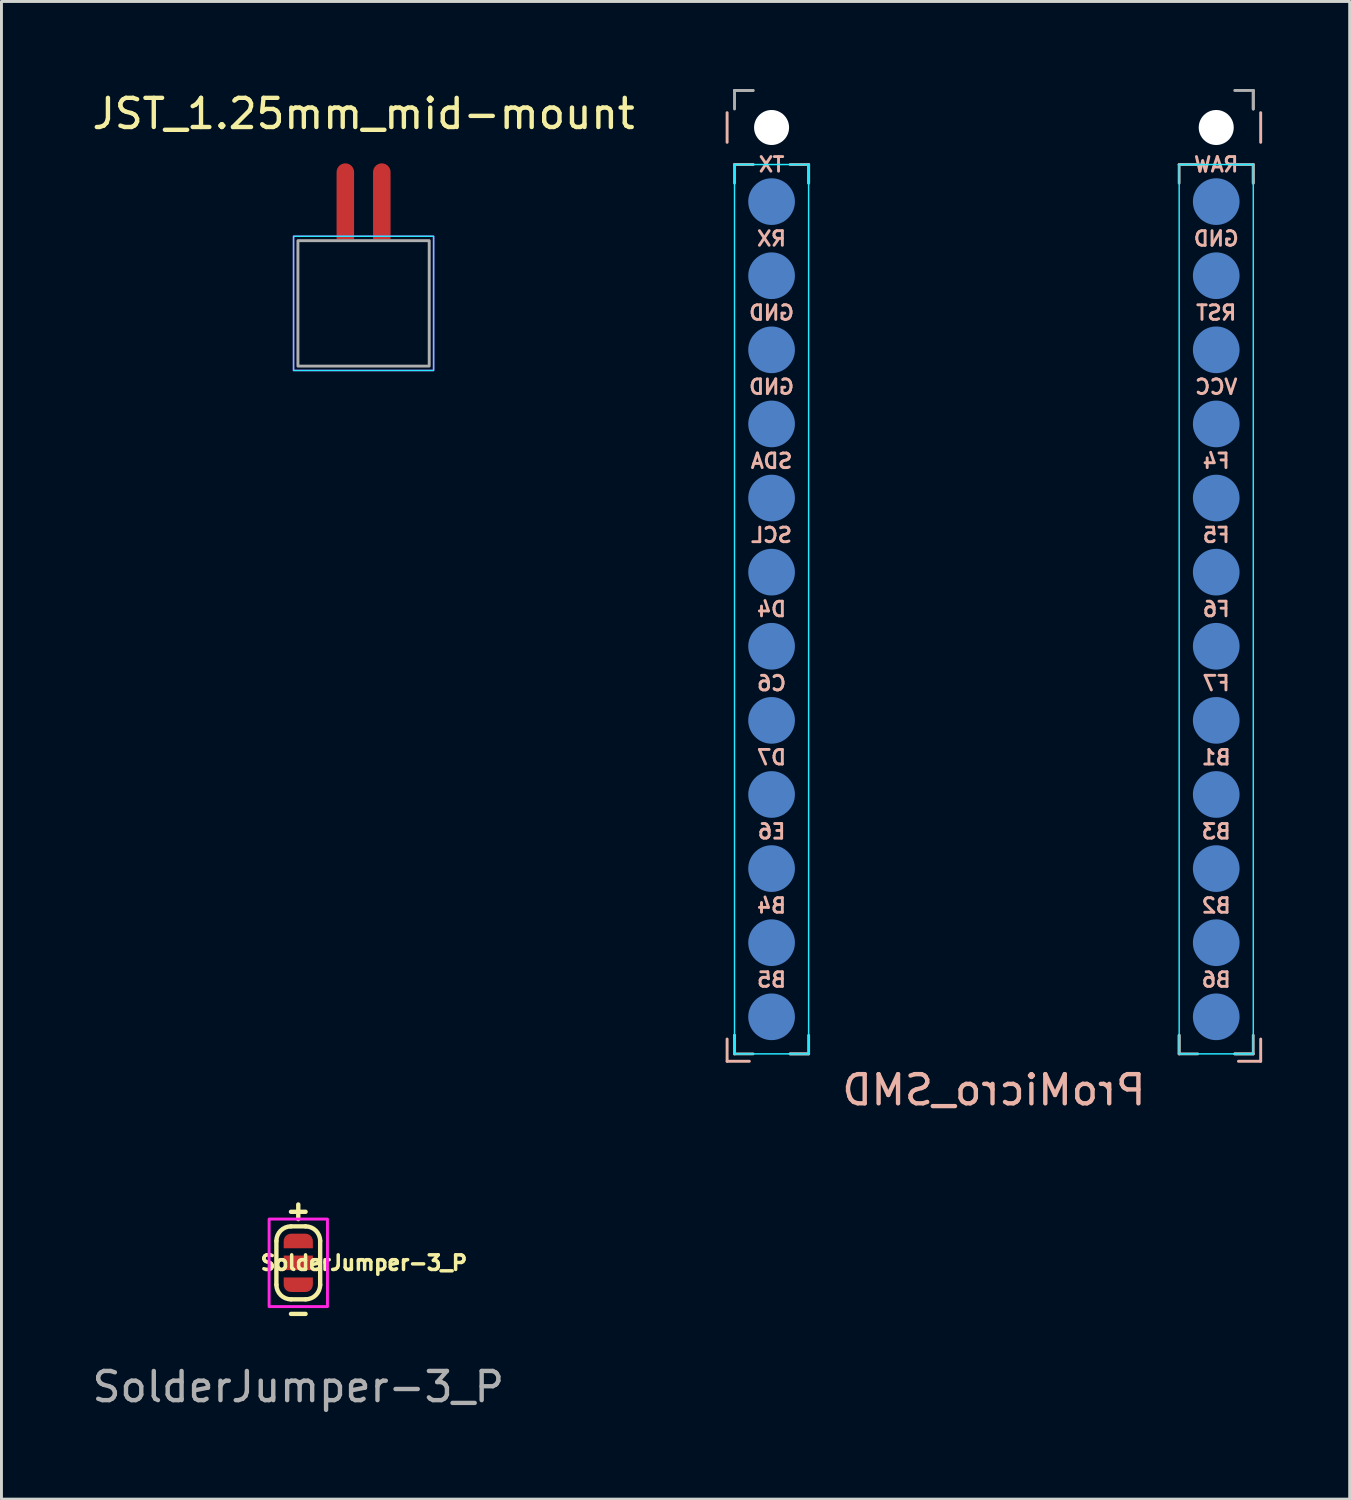
<source format=kicad_pcb>
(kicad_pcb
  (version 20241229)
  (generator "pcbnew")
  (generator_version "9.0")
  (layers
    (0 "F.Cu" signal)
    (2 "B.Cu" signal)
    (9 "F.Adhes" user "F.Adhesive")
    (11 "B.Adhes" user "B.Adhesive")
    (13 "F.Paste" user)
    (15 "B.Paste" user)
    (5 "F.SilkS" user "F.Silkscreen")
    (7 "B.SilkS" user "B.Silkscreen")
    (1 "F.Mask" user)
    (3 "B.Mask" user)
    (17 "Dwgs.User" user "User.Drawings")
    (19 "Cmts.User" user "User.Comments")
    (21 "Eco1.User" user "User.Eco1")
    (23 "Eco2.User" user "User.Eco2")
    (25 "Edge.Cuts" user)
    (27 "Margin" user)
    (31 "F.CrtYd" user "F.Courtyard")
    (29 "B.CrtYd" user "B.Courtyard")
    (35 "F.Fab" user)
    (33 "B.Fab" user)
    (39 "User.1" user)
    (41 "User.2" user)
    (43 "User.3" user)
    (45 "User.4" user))
  (footprint "ProMicro_SMD"
    (layer "F.Cu")
    (at 31.015 16.56)
    (property "Reference" "ProMicro_SMD" (at 0 17.75 0) (layer "B.SilkS") (effects (font (size 1 1) (thickness 0.15)) (justify mirror)))
    (fp_line (start -9.144 -14.732) (end -9.144 -15.748) (stroke (width 0.1) (type default)) (layer "B.SilkS"))
    (fp_line (start -9.144 16.002) (end -9.144 16.764) (stroke (width 0.1) (type default)) (layer "B.SilkS"))
    (fp_line (start -9.144 16.764) (end -8.382 16.764) (stroke (width 0.1) (type default)) (layer "B.SilkS"))
    (fp_line (start 9.144 -14.732) (end 9.144 -15.748) (stroke (width 0.1) (type default)) (layer "B.SilkS"))
    (fp_line (start 9.144 16.002) (end 9.144 16.764) (stroke (width 0.1) (type default)) (layer "B.SilkS"))
    (fp_line (start 9.144 16.764) (end 8.382 16.764) (stroke (width 0.1) (type default)) (layer "B.SilkS"))
    (fp_rect (start -8.89 -13.97) (end -6.35 16.51) (stroke (width 0.05) (type default)) (fill no) (layer "B.CrtYd"))
    (fp_rect (start 6.35 -13.97) (end 8.89 16.51) (stroke (width 0.05) (type default)) (fill no) (layer "B.CrtYd"))
    (fp_line (start -8.89 -16.51) (end -8.255 -16.51) (stroke (width 0.1) (type default)) (layer "F.Fab"))
    (fp_line (start -8.89 -15.875) (end -8.89 -16.51) (stroke (width 0.1) (type default)) (layer "F.Fab"))
    (fp_line (start -8.89 -13.97) (end -8.255 -13.97) (stroke (width 0.1) (type default)) (layer "F.Fab"))
    (fp_line (start -8.89 -13.335) (end -8.89 -13.97) (stroke (width 0.1) (type default)) (layer "F.Fab"))
    (fp_line (start -8.89 15.875) (end -8.89 16.51) (stroke (width 0.1) (type default)) (layer "F.Fab"))
    (fp_line (start -8.89 16.51) (end -8.89 15.875) (stroke (width 0.1) (type default)) (layer "F.Fab"))
    (fp_line (start -8.255 -16.51) (end -8.89 -16.51) (stroke (width 0.1) (type default)) (layer "F.Fab"))
    (fp_line (start -8.255 -13.97) (end -8.89 -13.97) (stroke (width 0.1) (type default)) (layer "F.Fab"))
    (fp_line (start -8.255 16.51) (end -8.89 16.51) (stroke (width 0.1) (type default)) (layer "F.Fab"))
    (fp_line (start -6.985 -13.97) (end -6.35 -13.97) (stroke (width 0.1) (type default)) (layer "F.Fab"))
    (fp_line (start -6.985 16.51) (end -6.35 16.51) (stroke (width 0.1) (type default)) (layer "F.Fab"))
    (fp_line (start -6.35 -13.97) (end -6.35 -13.335) (stroke (width 0.1) (type default)) (layer "F.Fab"))
    (fp_line (start -6.35 -13.335) (end -6.35 -13.97) (stroke (width 0.1) (type default)) (layer "F.Fab"))
    (fp_line (start -6.35 15.875) (end -6.35 16.51) (stroke (width 0.1) (type default)) (layer "F.Fab"))
    (fp_line (start -6.35 16.51) (end -6.985 16.51) (stroke (width 0.1) (type default)) (layer "F.Fab"))
    (fp_line (start 6.35 -13.97) (end 6.985 -13.97) (stroke (width 0.1) (type default)) (layer "F.Fab"))
    (fp_line (start 6.35 -13.335) (end 6.35 -13.97) (stroke (width 0.1) (type default)) (layer "F.Fab"))
    (fp_line (start 6.35 15.875) (end 6.35 16.51) (stroke (width 0.1) (type default)) (layer "F.Fab"))
    (fp_line (start 6.35 16.51) (end 6.35 15.875) (stroke (width 0.1) (type default)) (layer "F.Fab"))
    (fp_line (start 6.985 -13.97) (end 6.35 -13.97) (stroke (width 0.1) (type default)) (layer "F.Fab"))
    (fp_line (start 6.985 16.51) (end 6.35 16.51) (stroke (width 0.1) (type default)) (layer "F.Fab"))
    (fp_line (start 8.255 -16.51) (end 8.89 -16.51) (stroke (width 0.1) (type default)) (layer "F.Fab"))
    (fp_line (start 8.255 -13.97) (end 8.89 -13.97) (stroke (width 0.1) (type default)) (layer "F.Fab"))
    (fp_line (start 8.255 16.51) (end 8.89 16.51) (stroke (width 0.1) (type default)) (layer "F.Fab"))
    (fp_line (start 8.89 -16.51) (end 8.89 -15.875) (stroke (width 0.1) (type default)) (layer "F.Fab"))
    (fp_line (start 8.89 -15.875) (end 8.89 -16.51) (stroke (width 0.1) (type default)) (layer "F.Fab"))
    (fp_line (start 8.89 -13.97) (end 8.89 -13.335) (stroke (width 0.1) (type default)) (layer "F.Fab"))
    (fp_line (start 8.89 -13.335) (end 8.89 -13.97) (stroke (width 0.1) (type default)) (layer "F.Fab"))
    (fp_line (start 8.89 15.875) (end 8.89 16.51) (stroke (width 0.1) (type default)) (layer "F.Fab"))
    (fp_line (start 8.89 16.51) (end 8.255 16.51) (stroke (width 0.1) (type default)) (layer "F.Fab"))
    (fp_text user "B5" (at -7.62 13.97 180) (layer "B.SilkS") (effects (font (size 0.5 0.5) (thickness 0.1) (bold yes)) (justify mirror)))
    (fp_text user "TX" (at -7.62 -13.97 0) (layer "B.SilkS") (effects (font (size 0.5 0.5) (thickness 0.1) (bold yes)) (justify mirror)))
    (fp_text user "RST" (at 7.62 -8.89 0) (layer "B.SilkS") (effects (font (size 0.5 0.5) (thickness 0.1) (bold yes)) (justify mirror)))
    (fp_text user "C6" (at -7.62 3.81 180) (layer "B.SilkS") (effects (font (size 0.5 0.5) (thickness 0.1) (bold yes)) (justify mirror)))
    (fp_text user "E6" (at -7.62 8.89 180) (layer "B.SilkS") (effects (font (size 0.5 0.5) (thickness 0.1) (bold yes)) (justify mirror)))
    (fp_text user "GND" (at -7.62 -6.35 180) (layer "B.SilkS") (effects (font (size 0.5 0.5) (thickness 0.1) (bold yes)) (justify mirror)))
    (fp_text user "B4" (at -7.62 11.43 180) (layer "B.SilkS") (effects (font (size 0.5 0.5) (thickness 0.1) (bold yes)) (justify mirror)))
    (fp_text user "D7" (at -7.62 6.35 180) (layer "B.SilkS") (effects (font (size 0.5 0.5) (thickness 0.1) (bold yes)) (justify mirror)))
    (fp_text user "GND" (at 7.62 -11.43 0) (layer "B.SilkS") (effects (font (size 0.5 0.5) (thickness 0.1) (bold yes)) (justify mirror)))
    (fp_text user "B2" (at 7.62 11.43 0) (layer "B.SilkS") (effects (font (size 0.5 0.5) (thickness 0.1) (bold yes)) (justify mirror)))
    (fp_text user "D4" (at -7.62 1.27 180) (layer "B.SilkS") (effects (font (size 0.5 0.5) (thickness 0.1) (bold yes)) (justify mirror)))
    (fp_text user "RAW" (at 7.62 -13.97 0) (layer "B.SilkS") (effects (font (size 0.5 0.5) (thickness 0.1) (bold yes)) (justify mirror)))
    (fp_text user "GND" (at -7.62 -8.89 0) (layer "B.SilkS") (effects (font (size 0.5 0.5) (thickness 0.1) (bold yes)) (justify mirror)))
    (fp_text user "F7" (at 7.62 3.81 0) (layer "B.SilkS") (effects (font (size 0.5 0.5) (thickness 0.1) (bold yes)) (justify mirror)))
    (fp_text user "SDA" (at -7.62 -3.81 180) (layer "B.SilkS") (effects (font (size 0.5 0.5) (thickness 0.1) (bold yes)) (justify mirror)))
    (fp_text user "B1" (at 7.62 6.35 0) (layer "B.SilkS") (effects (font (size 0.5 0.5) (thickness 0.1) (bold yes)) (justify mirror)))
    (fp_text user "B6" (at 7.62 13.97 0) (layer "B.SilkS") (effects (font (size 0.5 0.5) (thickness 0.1) (bold yes)) (justify mirror)))
    (fp_text user "F6" (at 7.62 1.27 0) (layer "B.SilkS") (effects (font (size 0.5 0.5) (thickness 0.1) (bold yes)) (justify mirror)))
    (fp_text user "F5" (at 7.62 -1.27 0) (layer "B.SilkS") (effects (font (size 0.5 0.5) (thickness 0.1) (bold yes)) (justify mirror)))
    (fp_text user "B3" (at 7.62 8.89 0) (layer "B.SilkS") (effects (font (size 0.5 0.5) (thickness 0.1) (bold yes)) (justify mirror)))
    (fp_text user "SCL" (at -7.62 -1.27 180) (layer "B.SilkS") (effects (font (size 0.5 0.5) (thickness 0.1) (bold yes)) (justify mirror)))
    (fp_text user "F4" (at 7.62 -3.81 0) (layer "B.SilkS") (effects (font (size 0.5 0.5) (thickness 0.1) (bold yes)) (justify mirror)))
    (fp_text user "VCC" (at 7.62 -6.35 0) (layer "B.SilkS") (effects (font (size 0.5 0.5) (thickness 0.1) (bold yes)) (justify mirror)))
    (fp_text user "RX" (at -7.62 -11.43 180) (layer "B.SilkS") (effects (font (size 0.5 0.5) (thickness 0.1) (bold yes)) (justify mirror)))
    (pad "" np_thru_hole circle (at -7.62 -15.24 270) (size 1.2 1.2) (drill 1.2) (layers "*.Cu" "*.Mask"))
    (pad "" np_thru_hole circle (at 7.62 -15.24 270) (size 1.2 1.2) (drill 1.2) (layers "*.Cu" "*.Mask"))
    (pad "1" smd circle (at -7.62 -12.7 270) (size 1.6 1.6) (layers "B.Cu" "B.Mask" "B.Paste"))
    (pad "2" smd circle (at -7.62 -10.16 270) (size 1.6 1.6) (layers "B.Cu" "B.Mask" "B.Paste"))
    (pad "3" smd circle (at -7.62 -7.62 270) (size 1.6 1.6) (layers "B.Cu" "B.Mask" "B.Paste"))
    (pad "4" smd circle (at -7.62 -5.08 270) (size 1.6 1.6) (layers "B.Cu" "B.Mask" "B.Paste"))
    (pad "5" smd circle (at -7.62 -2.54 270) (size 1.6 1.6) (layers "B.Cu" "B.Mask" "B.Paste"))
    (pad "6" smd circle (at -7.62 0 270) (size 1.6 1.6) (layers "B.Cu" "B.Mask" "B.Paste"))
    (pad "7" smd circle (at -7.62 2.54 270) (size 1.6 1.6) (layers "B.Cu" "B.Mask" "B.Paste"))
    (pad "8" smd circle (at -7.62 5.08 270) (size 1.6 1.6) (layers "B.Cu" "B.Mask" "B.Paste"))
    (pad "9" smd circle (at -7.62 7.62 270) (size 1.6 1.6) (layers "B.Cu" "B.Mask" "B.Paste"))
    (pad "10" smd circle (at -7.62 10.16 270) (size 1.6 1.6) (layers "B.Cu" "B.Mask" "B.Paste"))
    (pad "11" smd circle (at -7.62 12.7 270) (size 1.6 1.6) (layers "B.Cu" "B.Mask" "B.Paste"))
    (pad "12" smd circle (at -7.62 15.24 270) (size 1.6 1.6) (layers "B.Cu" "B.Mask" "B.Paste"))
    (pad "13" smd circle (at 7.62 15.24 270) (size 1.6 1.6) (layers "B.Cu" "B.Mask" "B.Paste"))
    (pad "14" smd circle (at 7.62 12.7 270) (size 1.6 1.6) (layers "B.Cu" "B.Mask" "B.Paste"))
    (pad "15" smd circle (at 7.62 10.16 270) (size 1.6 1.6) (layers "B.Cu" "B.Mask" "B.Paste"))
    (pad "16" smd circle (at 7.62 7.62 270) (size 1.6 1.6) (layers "B.Cu" "B.Mask" "B.Paste"))
    (pad "17" smd circle (at 7.62 5.08 270) (size 1.6 1.6) (layers "B.Cu" "B.Mask" "B.Paste"))
    (pad "18" smd circle (at 7.62 2.54 270) (size 1.6 1.6) (layers "B.Cu" "B.Mask" "B.Paste"))
    (pad "19" smd circle (at 7.62 0 270) (size 1.6 1.6) (layers "B.Cu" "B.Mask" "B.Paste"))
    (pad "20" smd circle (at 7.62 -2.54 270) (size 1.6 1.6) (layers "B.Cu" "B.Mask" "B.Paste"))
    (pad "21" smd circle (at 7.62 -5.08 270) (size 1.6 1.6) (layers "B.Cu" "B.Mask" "B.Paste"))
    (pad "22" smd circle (at 7.62 -7.62 270) (size 1.6 1.6) (layers "B.Cu" "B.Mask" "B.Paste"))
    (pad "23" smd circle (at 7.62 -10.16 270) (size 1.6 1.6) (layers "B.Cu" "B.Mask" "B.Paste"))
    (pad "24" smd circle (at 7.62 -12.7 270) (size 1.6 1.6) (layers "B.Cu" "B.Mask" "B.Paste")))
  (footprint "SolderJumper-3_P"
    (layer "F.Cu")
    (at 7.173 40.233)
    (property "Reference" "SolderJumper-3_P" (at 2.25 0 0) (unlocked yes) (layer "F.SilkS") (effects (font (size 0.5 0.5) (thickness 0.12) (bold yes))))
    (attr smd)
    (fp_line (start -0.75 0.75) (end -0.75 -0.75) (stroke (width 0.15) (type default)) (layer "F.SilkS"))
    (fp_line (start -0.25 -1.75) (end 0.25 -1.75) (stroke (width 0.15) (type default)) (layer "F.SilkS"))
    (fp_line (start -0.25 -1.25) (end 0.25 -1.25) (stroke (width 0.15) (type default)) (layer "F.SilkS"))
    (fp_line (start -0.25 1.75) (end 0.25 1.75) (stroke (width 0.15) (type default)) (layer "F.SilkS"))
    (fp_line (start 0 -1.5) (end 0 -2) (stroke (width 0.15) (type default)) (layer "F.SilkS"))
    (fp_line (start 0.25 1.25) (end -0.25 1.25) (stroke (width 0.15) (type default)) (layer "F.SilkS"))
    (fp_line (start 0.75 -0.75) (end 0.75 0.75) (stroke (width 0.15) (type default)) (layer "F.SilkS"))
    (fp_arc (start -0.75 -0.75) (mid -0.603553 -1.103554) (end -0.25 -1.25) (stroke (width 0.15) (type default)) (layer "F.SilkS"))
    (fp_arc (start -0.25 1.25) (mid -0.603553 1.103553) (end -0.75 0.75) (stroke (width 0.15) (type default)) (layer "F.SilkS"))
    (fp_arc (start 0.25 -1.25) (mid 0.603553 -1.103553) (end 0.75 -0.75) (stroke (width 0.15) (type default)) (layer "F.SilkS"))
    (fp_arc (start 0.75 0.75) (mid 0.603553 1.103554) (end 0.25 1.25) (stroke (width 0.15) (type default)) (layer "F.SilkS"))
    (fp_rect (start -1 -1.5) (end 1 1.5) (stroke (width 0.1) (type default)) (fill no) (layer "F.CrtYd"))
    (fp_text user "${REFERENCE}" (at 0 4.25 0) (unlocked yes) (layer "F.Fab") (effects (font (size 1 1) (thickness 0.15))))
    (pad "1" smd custom (at 0 0.75 90) (size 0.5 0.5) (layers "F.Cu" "F.Mask") (options (anchor rect)) (primitives (gr_rect (start 0 -0.5) (end 0.25 0.5) (width 0) (fill yes)) (gr_circle (center 0 0.25) (end 0.25 0.25) (width 0) (fill yes)) (gr_circle (center 0 -0.25) (end 0.25 -0.25) (width 0) (fill yes))))
    (pad "2" smd rect (at 0 0 90) (size 0.5 1) (layers "F.Cu" "F.Mask"))
    (pad "3" smd custom (at 0 -0.75 270) (size 0.5 0.5) (layers "F.Cu" "F.Mask") (options (anchor rect)) (primitives (gr_rect (start 0 -0.5) (end 0.25 0.5) (width 0) (fill yes)) (gr_circle (center 0 0.25) (end 0.25 0.25) (width 0) (fill yes)) (gr_circle (center 0 -0.25) (end 0.25 -0.25) (width 0) (fill yes)))))
  (footprint "JST_1.25mm_mid-mount"
    (layer "F.Cu")
    (at 9.411 5.198)
    (property "Reference" "JST_1.25mm_mid-mount" (at 0 -4.35 0) (unlocked yes) (layer "F.SilkS") (effects (font (size 1 1) (thickness 0.15))))
    (attr smd)
    (fp_rect (start -2.4 -0.15) (end 2.4 4.45) (stroke (width 0.05) (type default)) (fill no) (layer "B.CrtYd"))
    (fp_rect (start -2.4 -0.15) (end 2.4 4.45) (stroke (width 0.05) (type default)) (fill no) (layer "F.CrtYd"))
    (fp_rect (start -2.25 0) (end 2.25 4.3) (stroke (width 0.1) (type default)) (fill no) (layer "F.Fab"))
    (pad "1" smd custom (at 0.625 -1.2 180) (size 0.6 2.3) (layers "F.Cu" "F.Mask" "F.Paste") (options (anchor rect)) (primitives (gr_circle (center 0 1.15) (end -0.3 1.15) (width 0) (fill yes))))
    (pad "2" smd custom (at -0.625 -1.2 180) (size 0.6 2.3) (layers "F.Cu" "F.Mask" "F.Paste") (options (anchor rect)) (primitives (gr_circle (center 0 1.15) (end -0.3 1.15) (width 0) (fill yes)))))
  (gr_rect
    (start -3 -3)
    (end 43.209 48.331)
    (stroke (width 0.1) (type default))
    (fill no)
    (layer "Edge.Cuts")))
</source>
